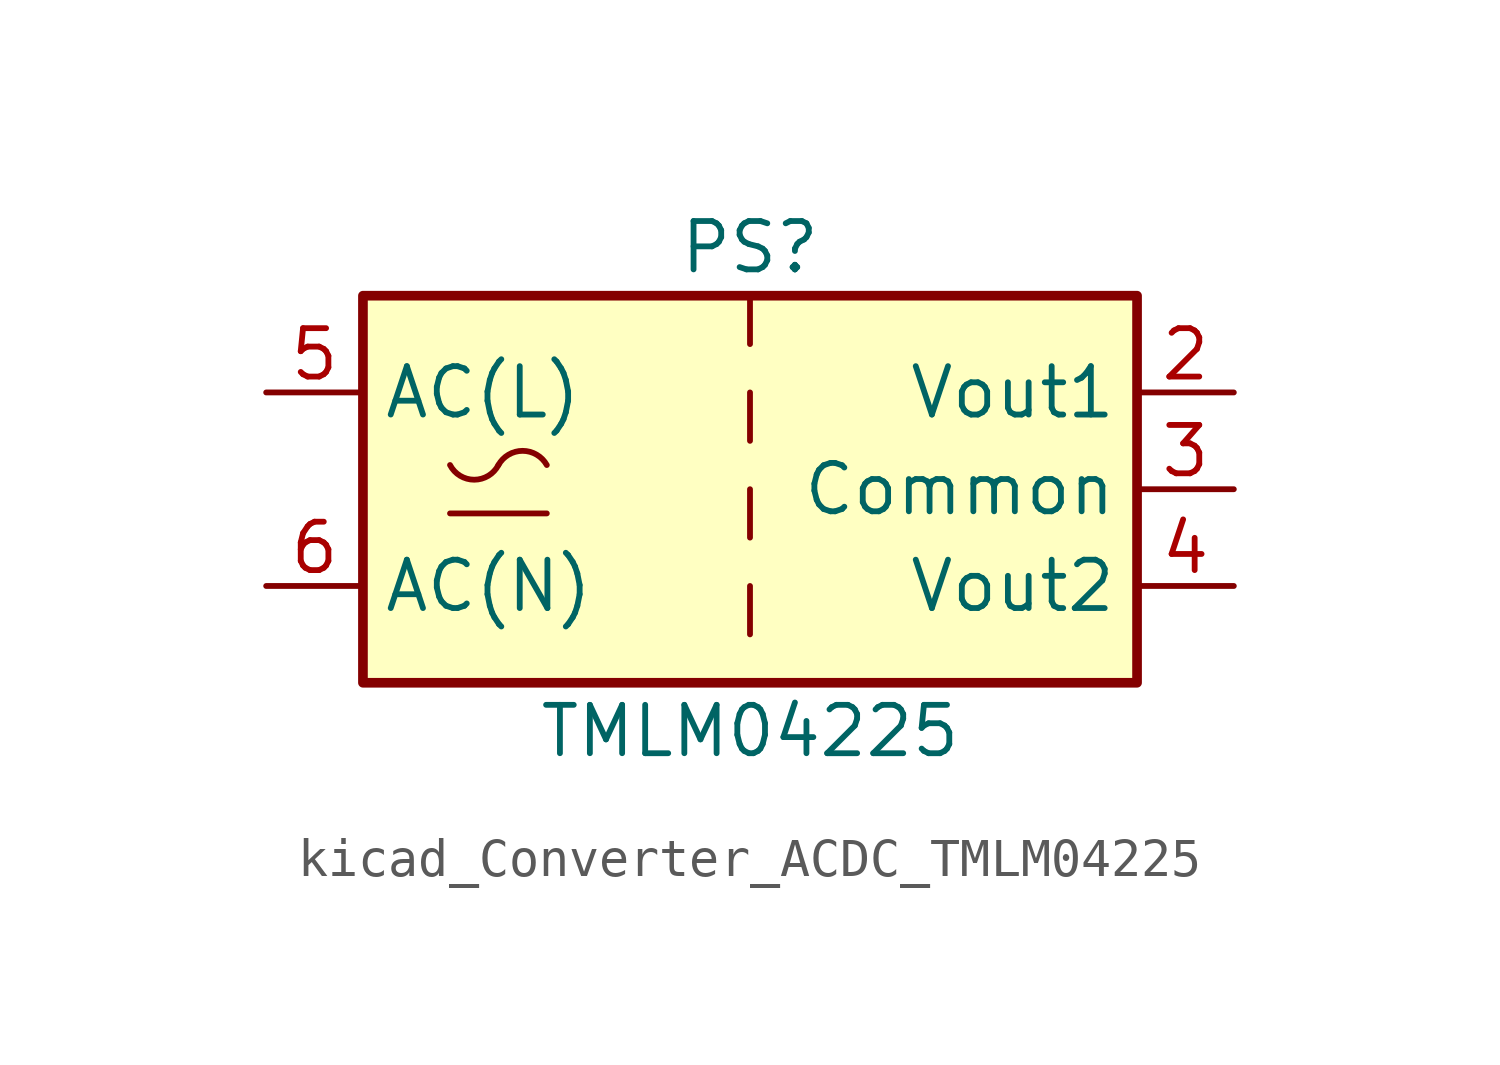
<source format=kicad_sym>
(kicad_symbol_lib
  (version 20220914)
  (generator kicad_symbol_editor)
  (symbol "kicad_Converter_ACDC_TMLM04225"
    (property "Reference" "PS"
      (at 0 6.35 0)
      (effects (font (size 1.27 1.27))))
    (property "Value" "TMLM04225"
      (at 0 -6.35 0)
      (effects (font (size 1.27 1.27))))
    (symbol "kicad_Converter_ACDC_TMLM04225_0_1"
      (rectangle (start -10.16 5.08) (end 10.16 -5.08) (stroke (width 0.254) (type default)) (fill (type background)))
      (arc (start -7.874 0.635) (mid -7.239 0.2495) (end -6.604 0.635) (stroke (width 0) (type default)) (fill (type none)))
      (arc (start -5.334 0.635) (mid -5.969 1.0072) (end -6.604 0.635) (stroke (width 0) (type default)) (fill (type none)))
      (polyline (pts (xy -7.874 -0.635) (xy -5.334 -0.635)) (stroke (width 0) (type default)) (fill (type none)))
      (polyline (pts (xy 0 -2.54) (xy 0 -3.81)) (stroke (width 0) (type default)) (fill (type none)))
      (polyline (pts (xy 0 0) (xy 0 -1.27)) (stroke (width 0) (type default)) (fill (type none)))
      (polyline (pts (xy 0 2.54) (xy 0 1.27)) (stroke (width 0) (type default)) (fill (type none)))
      (polyline (pts (xy 0 5.08) (xy 0 3.81)) (stroke (width 0) (type default)) (fill (type none))))
    (symbol "kicad_Converter_ACDC_TMLM04225_1_1"
      (pin power_out line (at 12.7 2.54 180) (length 2.54) (name "Vout1" (effects (font (size 1.27 1.27)))) (number "2" (effects (font (size 1.27 1.27)))))
      (pin power_out line (at 12.7 0 180) (length 2.54) (name "Common" (effects (font (size 1.27 1.27)))) (number "3" (effects (font (size 1.27 1.27)))))
      (pin power_out line (at 12.7 -2.54 180) (length 2.54) (name "Vout2" (effects (font (size 1.27 1.27)))) (number "4" (effects (font (size 1.27 1.27)))))
      (pin power_in line (at -12.7 2.54 0) (length 2.54) (name "AC(L)" (effects (font (size 1.27 1.27)))) (number "5" (effects (font (size 1.27 1.27)))))
      (pin power_in line (at -12.7 -2.54 0) (length 2.54) (name "AC(N)" (effects (font (size 1.27 1.27)))) (number "6" (effects (font (size 1.27 1.27))))))))
</source>
